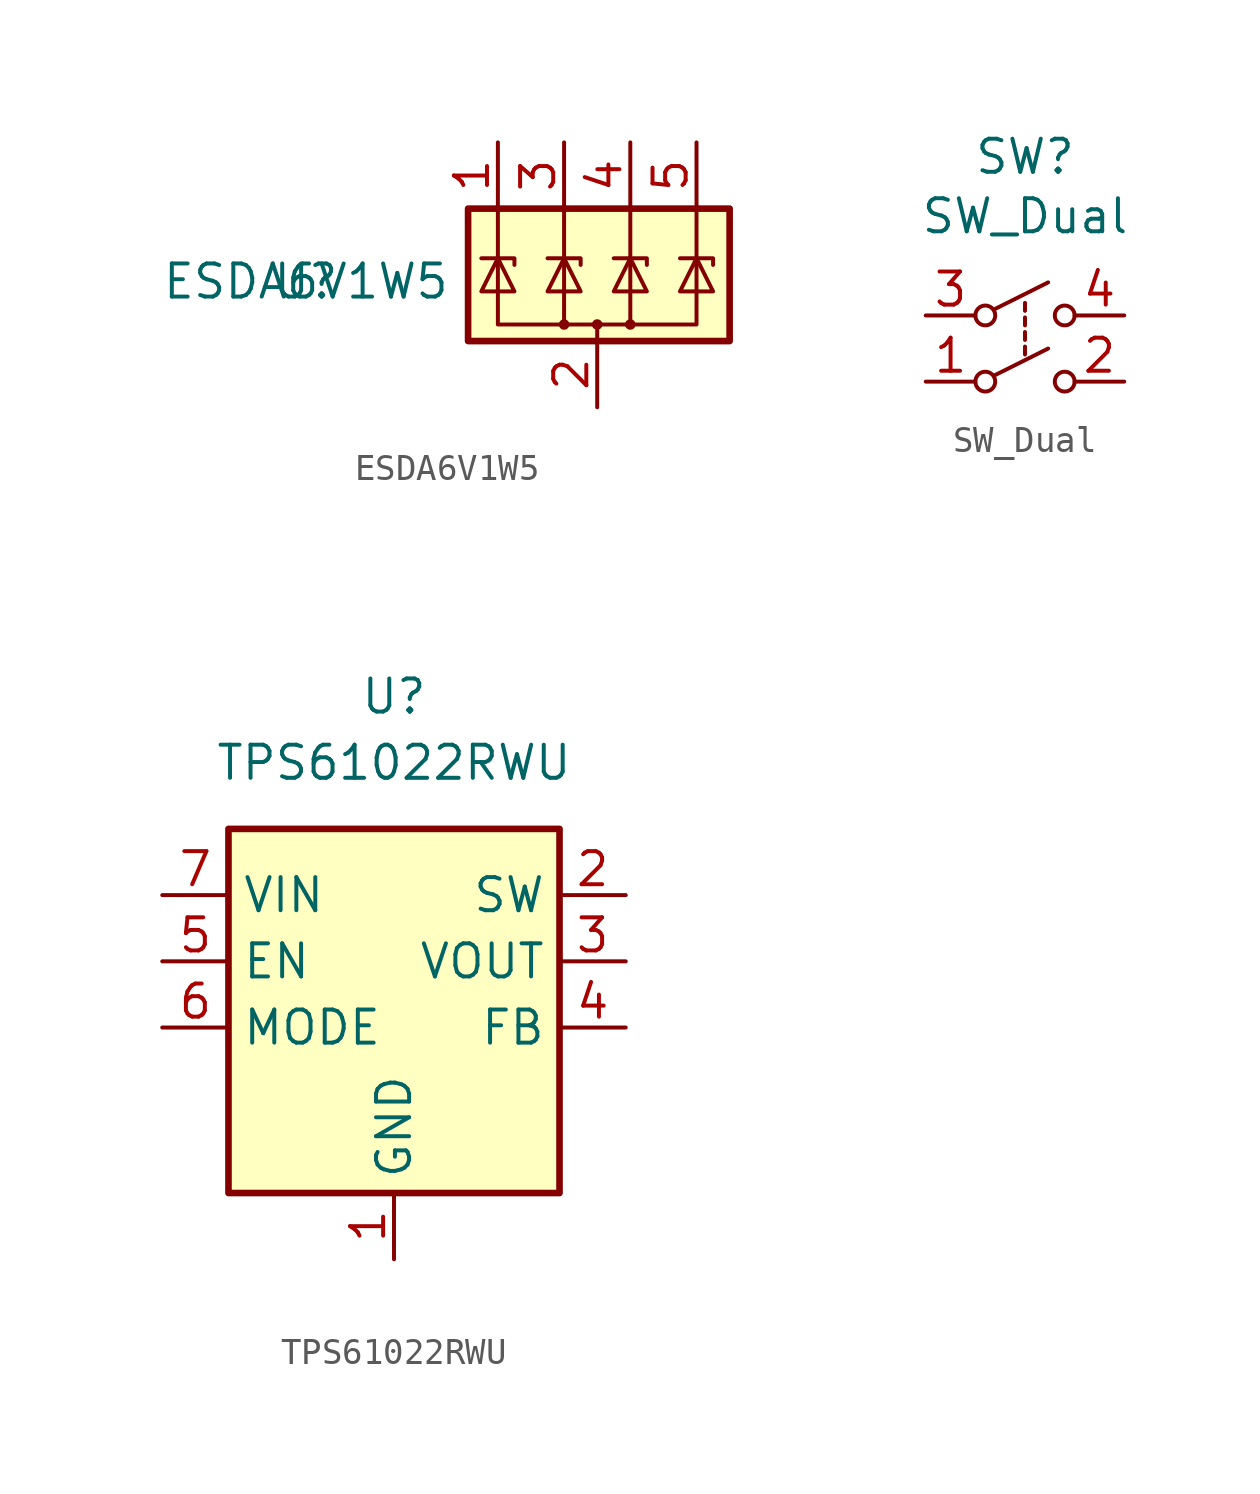
<source format=kicad_sym>
(kicad_symbol_lib
  (version 20211014)
  (generator kicad_symbol_editor)
  (symbol "ESDA6V1W5"
    (pin_names hide)
    (property "Reference" "U"
      (at -11.176 -0.254 0)
      (effects (font (size 1.27 1.27))))
    (property "Value" "ESDA6V1W5"
      (at -11.176 -0.254 0)
      (effects (font (size 1.27 1.27))))
    (symbol "ESDA6V1W5_0_0"
      (pin passive line (at 0 -5.08 90) (length 2.54) (name "GND" (effects (font (size 1.27 1.27)))) (number "2" (effects (font (size 1.27 1.27))))))
    (symbol "ESDA6V1W5_0_1"
      (rectangle (start -4.953 2.54) (end 5.08 -2.54) (stroke (width 0.254) (type default) (color 0 0 0 0)) (fill (type background)))
      (circle (center -1.27 -1.905) (radius 0.127) (stroke (width 0) (type default) (color 0 0 0 0)) (fill (type none)))
      (circle (center 0 -1.905) (radius 0.127) (stroke (width 0) (type default) (color 0 0 0 0)) (fill (type none)))
      (polyline (pts (xy -1.27 2.54) (xy -1.27 -1.905)) (stroke (width 0) (type default) (color 0 0 0 0)) (fill (type none)))
      (polyline (pts (xy 0 -2.54) (xy 0 -1.905)) (stroke (width 0) (type default) (color 0 0 0 0)) (fill (type none)))
      (polyline (pts (xy 1.27 2.54) (xy 1.27 -1.905)) (stroke (width 0) (type default) (color 0 0 0 0)) (fill (type none)))
      (polyline (pts (xy -4.445 0.635) (xy -3.175 0.635) (xy -3.175 0.381)) (stroke (width 0) (type default) (color 0 0 0 0)) (fill (type none)))
      (polyline (pts (xy -1.905 0.635) (xy -0.635 0.635) (xy -0.635 0.381)) (stroke (width 0) (type default) (color 0 0 0 0)) (fill (type none)))
      (polyline (pts (xy 0.635 0.635) (xy 1.905 0.635) (xy 1.905 0.381)) (stroke (width 0) (type default) (color 0 0 0 0)) (fill (type none)))
      (polyline (pts (xy 3.175 0.635) (xy 4.445 0.635) (xy 4.445 0.381)) (stroke (width 0) (type default) (color 0 0 0 0)) (fill (type none)))
      (polyline (pts (xy -4.445 -0.635) (xy -3.175 -0.635) (xy -3.81 0.635) (xy -4.445 -0.635)) (stroke (width 0) (type default) (color 0 0 0 0)) (fill (type none)))
      (polyline (pts (xy -3.81 2.54) (xy -3.81 -1.905) (xy 3.81 -1.905) (xy 3.81 2.54)) (stroke (width 0) (type default) (color 0 0 0 0)) (fill (type none)))
      (polyline (pts (xy -1.905 -0.635) (xy -0.635 -0.635) (xy -1.27 0.635) (xy -1.905 -0.635)) (stroke (width 0) (type default) (color 0 0 0 0)) (fill (type none)))
      (polyline (pts (xy 0.635 -0.635) (xy 1.905 -0.635) (xy 1.27 0.635) (xy 0.635 -0.635)) (stroke (width 0) (type default) (color 0 0 0 0)) (fill (type none)))
      (polyline (pts (xy 3.175 -0.635) (xy 4.445 -0.635) (xy 3.81 0.635) (xy 3.175 -0.635)) (stroke (width 0) (type default) (color 0 0 0 0)) (fill (type none)))
      (circle (center 1.27 -1.905) (radius 0.127) (stroke (width 0) (type default) (color 0 0 0 0)) (fill (type none))))
    (symbol "ESDA6V1W5_1_1"
      (pin passive line (at -3.81 5.08 270) (length 2.54) (name "IO1" (effects (font (size 1.27 1.27)))) (number "1" (effects (font (size 1.27 1.27)))))
      (pin passive line (at -1.27 5.08 270) (length 2.54) (name "IO2" (effects (font (size 1.27 1.27)))) (number "3" (effects (font (size 1.27 1.27)))))
      (pin passive line (at 1.27 5.08 270) (length 2.54) (name "IO4" (effects (font (size 1.27 1.27)))) (number "4" (effects (font (size 1.27 1.27)))))
      (pin passive line (at 3.81 5.08 270) (length 2.54) (name "IO5" (effects (font (size 1.27 1.27)))) (number "5" (effects (font (size 1.27 1.27)))))))
  (symbol "SW_Dual"
    (pin_names hide)
    (property "Reference" "SW"
      (at 0 7.366 0)
      (effects (font (size 1.27 1.27))))
    (property "Value" "SW_Dual"
      (at 0 5.08 0)
      (effects (font (size 1.27 1.27))))
    (symbol "SW_Dual_0_0"
      (circle (center -1.524 -1.27) (radius 0.381) (stroke (width 0) (type default) (color 0 0 0 0)) (fill (type none)))
      (circle (center -1.524 1.27) (radius 0.381) (stroke (width 0) (type default) (color 0 0 0 0)) (fill (type none)))
      (polyline (pts (xy -1.143 -1.016) (xy 0.889 0)) (stroke (width 0) (type default) (color 0 0 0 0)) (fill (type none)))
      (polyline (pts (xy -1.143 1.524) (xy 0.889 2.54)) (stroke (width 0) (type default) (color 0 0 0 0)) (fill (type none)))
      (polyline (pts (xy 0 -0.229) (xy 0 0.076)) (stroke (width 0) (type default) (color 0 0 0 0)) (fill (type none)))
      (polyline (pts (xy 0 0.33) (xy 0 0.635)) (stroke (width 0) (type default) (color 0 0 0 0)) (fill (type none)))
      (polyline (pts (xy 0 0.889) (xy 0 1.194)) (stroke (width 0) (type default) (color 0 0 0 0)) (fill (type none)))
      (polyline (pts (xy 0 1.448) (xy 0 1.753)) (stroke (width 0) (type default) (color 0 0 0 0)) (fill (type none)))
      (circle (center 1.524 -1.27) (radius 0.381) (stroke (width 0) (type default) (color 0 0 0 0)) (fill (type none)))
      (circle (center 1.524 1.27) (radius 0.381) (stroke (width 0) (type default) (color 0 0 0 0)) (fill (type none))))
    (symbol "SW_Dual_1_1"
      (pin passive line (at -3.81 -1.27 0) (length 1.905) (name "1" (effects (font (size 1.27 1.27)))) (number "1" (effects (font (size 1.27 1.27)))))
      (pin passive line (at 3.81 -1.27 180) (length 1.905) (name "2" (effects (font (size 1.27 1.27)))) (number "2" (effects (font (size 1.27 1.27)))))
      (pin passive line (at -3.81 1.27 0) (length 1.905) (name "3" (effects (font (size 1.27 1.27)))) (number "3" (effects (font (size 1.27 1.27)))))
      (pin passive line (at 3.81 1.27 180) (length 1.905) (name "4" (effects (font (size 1.27 1.27)))) (number "4" (effects (font (size 1.27 1.27)))))))
  (symbol "TPS61022RWU"
    (property "Reference" "U"
      (at 0 11.43 0)
      (effects (font (size 1.27 1.27))))
    (property "Value" "TPS61022RWU"
      (at 0 8.89 0)
      (effects (font (size 1.27 1.27))))
    (symbol "TPS61022RWU_0_1"
      (rectangle (start -6.35 6.35) (end 6.35 -7.62) (stroke (width 0.254) (type default) (color 0 0 0 0)) (fill (type background))))
    (symbol "TPS61022RWU_1_1"
      (pin power_in line (at 0 -10.16 90) (length 2.54) (name "GND" (effects (font (size 1.27 1.27)))) (number "1" (effects (font (size 1.27 1.27)))))
      (pin power_in line (at 8.89 3.81 180) (length 2.54) (name "SW" (effects (font (size 1.27 1.27)))) (number "2" (effects (font (size 1.27 1.27)))))
      (pin power_out line (at 8.89 1.27 180) (length 2.54) (name "VOUT" (effects (font (size 1.27 1.27)))) (number "3" (effects (font (size 1.27 1.27)))))
      (pin input line (at 8.89 -1.27 180) (length 2.54) (name "FB" (effects (font (size 1.27 1.27)))) (number "4" (effects (font (size 1.27 1.27)))))
      (pin input line (at -8.89 1.27 0) (length 2.54) (name "EN" (effects (font (size 1.27 1.27)))) (number "5" (effects (font (size 1.27 1.27)))))
      (pin input line (at -8.89 -1.27 0) (length 2.54) (name "MODE" (effects (font (size 1.27 1.27)))) (number "6" (effects (font (size 1.27 1.27)))))
      (pin power_in line (at -8.89 3.81 0) (length 2.54) (name "VIN" (effects (font (size 1.27 1.27)))) (number "7" (effects (font (size 1.27 1.27))))))))
</source>
